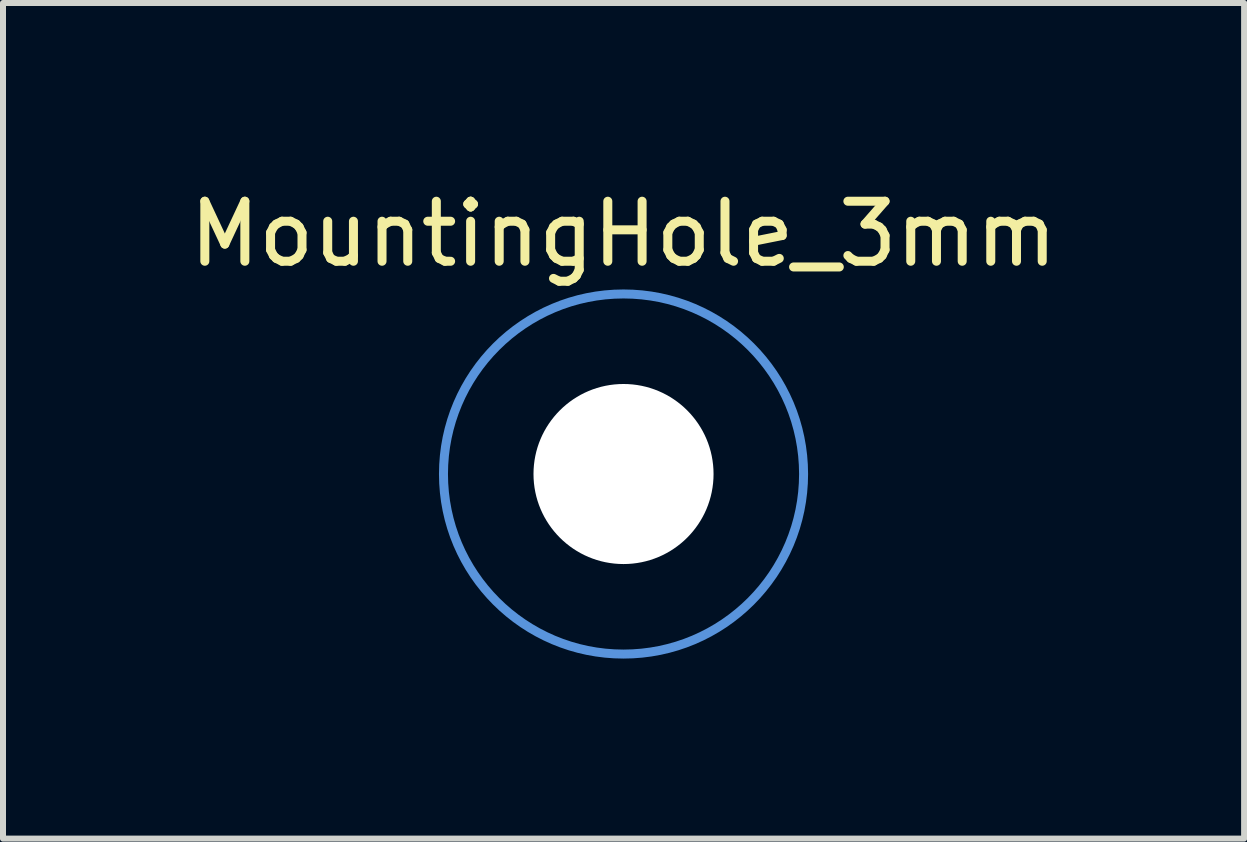
<source format=kicad_pcb>
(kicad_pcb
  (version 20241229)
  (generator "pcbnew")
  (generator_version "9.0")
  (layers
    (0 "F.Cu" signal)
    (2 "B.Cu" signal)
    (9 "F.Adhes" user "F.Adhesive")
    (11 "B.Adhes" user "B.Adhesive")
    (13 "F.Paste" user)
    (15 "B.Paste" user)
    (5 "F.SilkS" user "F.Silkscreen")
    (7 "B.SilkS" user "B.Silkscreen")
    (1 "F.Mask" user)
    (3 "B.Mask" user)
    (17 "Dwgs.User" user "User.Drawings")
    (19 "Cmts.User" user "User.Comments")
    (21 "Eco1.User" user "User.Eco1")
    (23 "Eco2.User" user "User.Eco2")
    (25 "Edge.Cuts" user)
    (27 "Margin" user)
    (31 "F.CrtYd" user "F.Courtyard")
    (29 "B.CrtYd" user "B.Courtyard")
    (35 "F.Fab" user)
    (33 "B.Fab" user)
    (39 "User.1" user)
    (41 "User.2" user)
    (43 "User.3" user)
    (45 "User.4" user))
  (footprint "MountingHole_3mm"
    (layer "F.Cu")
    (at 7.339 4.848)
    (property "Reference" "MountingHole_3mm" (at 0 -4 0) (layer "F.SilkS") (effects (font (size 1 1) (thickness 0.15))))
    (attr exclude_from_pos_files exclude_from_bom)
    (fp_circle (center 0 0) (end 3 0) (stroke (width 0.15) (type solid)) (fill no) (layer "Cmts.User"))
    (pad "" np_thru_hole circle (at 0 0) (size 3 3) (drill 3) (layers "*.Cu" "*.Mask")))
  (gr_rect
    (start -3 -3)
    (end 17.679 10.923)
    (stroke (width 0.1) (type default))
    (fill no)
    (layer "Edge.Cuts")))
</source>
